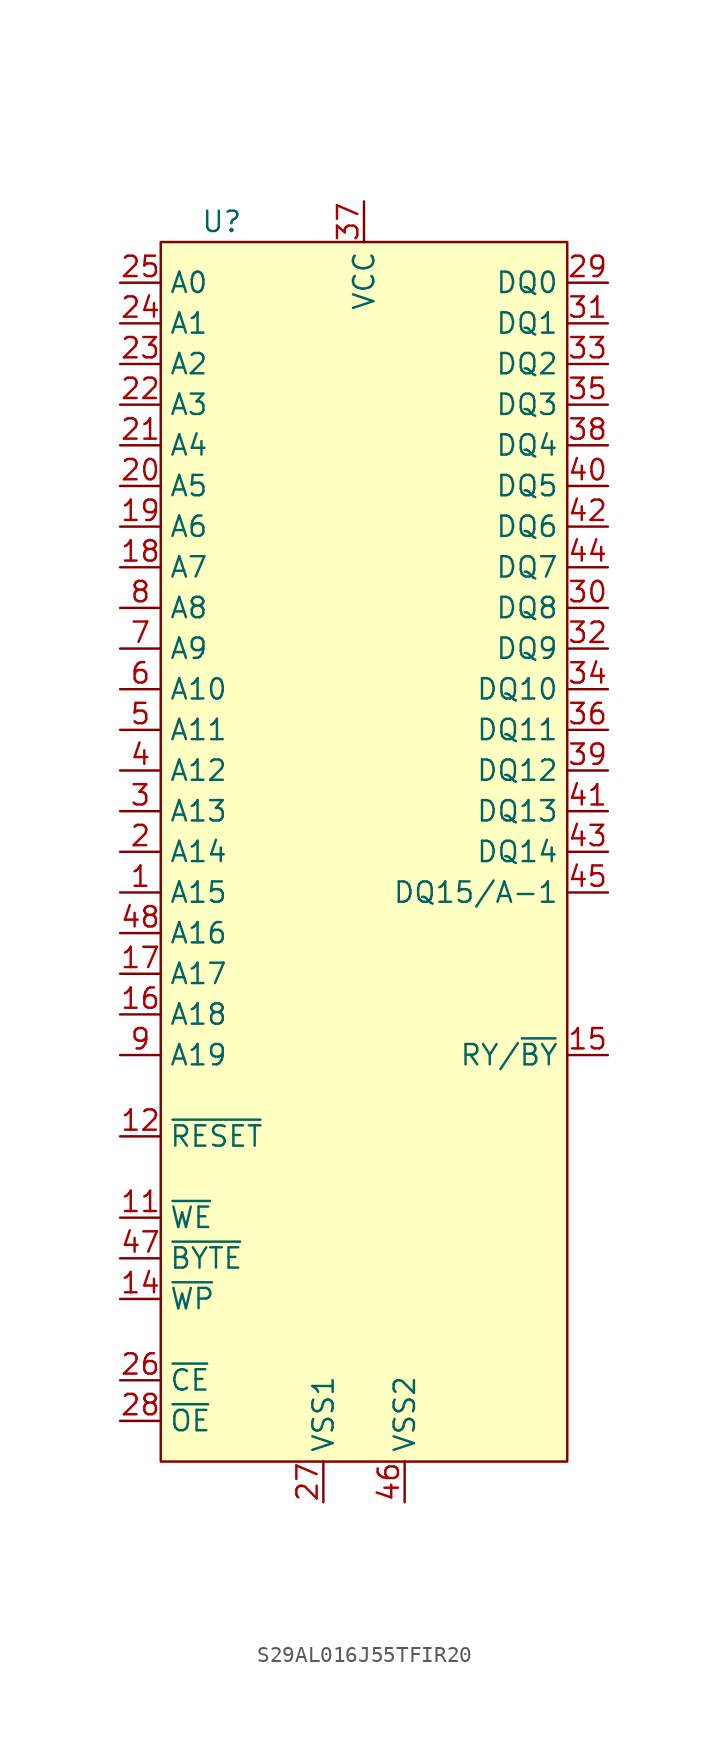
<source format=kicad_sym>
(kicad_symbol_lib
  (version 20231120)
  (generator "kicad_symbol_editor")
  (generator_version "8.0")
  (symbol "S29AL016J55TFIR20"
    (property "Reference" "U"
      (at -8.89 1.27 0)
      (effects (font (size 1.27 1.27))))
    (property "Value" ""
      (at 0 0 0)
      (effects (font (size 1.27 1.27))))
    (symbol "S29AL016J55TFIR20_1_0"
      (rectangle (start -12.7 0) (end 12.7 -76.2) (stroke (width 0) (type default)) (fill (type background))))
    (symbol "S29AL016J55TFIR20_1_1"
      (pin input line (at -15.24 -40.64 0) (length 2.54) (name "A15" (effects (font (size 1.27 1.27)))) (number "1" (effects (font (size 1.27 1.27)))))
      (pin input line (at -15.24 -60.96 0) (length 2.54) (name "~{WE}" (effects (font (size 1.27 1.27)))) (number "11" (effects (font (size 1.27 1.27)))))
      (pin input line (at -15.24 -55.88 0) (length 2.54) (name "~{RESET}" (effects (font (size 1.27 1.27)))) (number "12" (effects (font (size 1.27 1.27)))))
      (pin input line (at -15.24 -66.04 0) (length 2.54) (name "~{WP}" (effects (font (size 1.27 1.27)))) (number "14" (effects (font (size 1.27 1.27)))))
      (pin output line (at 15.24 -50.8 180) (length 2.54) (name "RY/~{BY}" (effects (font (size 1.27 1.27)))) (number "15" (effects (font (size 1.27 1.27)))))
      (pin input line (at -15.24 -48.26 0) (length 2.54) (name "A18" (effects (font (size 1.27 1.27)))) (number "16" (effects (font (size 1.27 1.27)))))
      (pin input line (at -15.24 -45.72 0) (length 2.54) (name "A17" (effects (font (size 1.27 1.27)))) (number "17" (effects (font (size 1.27 1.27)))))
      (pin input line (at -15.24 -20.32 0) (length 2.54) (name "A7" (effects (font (size 1.27 1.27)))) (number "18" (effects (font (size 1.27 1.27)))))
      (pin input line (at -15.24 -17.78 0) (length 2.54) (name "A6" (effects (font (size 1.27 1.27)))) (number "19" (effects (font (size 1.27 1.27)))))
      (pin input line (at -15.24 -38.1 0) (length 2.54) (name "A14" (effects (font (size 1.27 1.27)))) (number "2" (effects (font (size 1.27 1.27)))))
      (pin input line (at -15.24 -15.24 0) (length 2.54) (name "A5" (effects (font (size 1.27 1.27)))) (number "20" (effects (font (size 1.27 1.27)))))
      (pin input line (at -15.24 -12.7 0) (length 2.54) (name "A4" (effects (font (size 1.27 1.27)))) (number "21" (effects (font (size 1.27 1.27)))))
      (pin input line (at -15.24 -10.16 0) (length 2.54) (name "A3" (effects (font (size 1.27 1.27)))) (number "22" (effects (font (size 1.27 1.27)))))
      (pin input line (at -15.24 -7.62 0) (length 2.54) (name "A2" (effects (font (size 1.27 1.27)))) (number "23" (effects (font (size 1.27 1.27)))))
      (pin input line (at -15.24 -5.08 0) (length 2.54) (name "A1" (effects (font (size 1.27 1.27)))) (number "24" (effects (font (size 1.27 1.27)))))
      (pin input line (at -15.24 -2.54 0) (length 2.54) (name "A0" (effects (font (size 1.27 1.27)))) (number "25" (effects (font (size 1.27 1.27)))))
      (pin input line (at -15.24 -71.12 0) (length 2.54) (name "~{CE}" (effects (font (size 1.27 1.27)))) (number "26" (effects (font (size 1.27 1.27)))))
      (pin power_in line (at -2.54 -78.74 90) (length 2.54) (name "VSS1" (effects (font (size 1.27 1.27)))) (number "27" (effects (font (size 1.27 1.27)))))
      (pin input line (at -15.24 -73.66 0) (length 2.54) (name "~{OE}" (effects (font (size 1.27 1.27)))) (number "28" (effects (font (size 1.27 1.27)))))
      (pin bidirectional line (at 15.24 -2.54 180) (length 2.54) (name "DQ0" (effects (font (size 1.27 1.27)))) (number "29" (effects (font (size 1.27 1.27)))))
      (pin input line (at -15.24 -35.56 0) (length 2.54) (name "A13" (effects (font (size 1.27 1.27)))) (number "3" (effects (font (size 1.27 1.27)))))
      (pin bidirectional line (at 15.24 -22.86 180) (length 2.54) (name "DQ8" (effects (font (size 1.27 1.27)))) (number "30" (effects (font (size 1.27 1.27)))))
      (pin bidirectional line (at 15.24 -5.08 180) (length 2.54) (name "DQ1" (effects (font (size 1.27 1.27)))) (number "31" (effects (font (size 1.27 1.27)))))
      (pin bidirectional line (at 15.24 -25.4 180) (length 2.54) (name "DQ9" (effects (font (size 1.27 1.27)))) (number "32" (effects (font (size 1.27 1.27)))))
      (pin bidirectional line (at 15.24 -7.62 180) (length 2.54) (name "DQ2" (effects (font (size 1.27 1.27)))) (number "33" (effects (font (size 1.27 1.27)))))
      (pin bidirectional line (at 15.24 -27.94 180) (length 2.54) (name "DQ10" (effects (font (size 1.27 1.27)))) (number "34" (effects (font (size 1.27 1.27)))))
      (pin bidirectional line (at 15.24 -10.16 180) (length 2.54) (name "DQ3" (effects (font (size 1.27 1.27)))) (number "35" (effects (font (size 1.27 1.27)))))
      (pin bidirectional line (at 15.24 -30.48 180) (length 2.54) (name "DQ11" (effects (font (size 1.27 1.27)))) (number "36" (effects (font (size 1.27 1.27)))))
      (pin power_in line (at 0 2.54 270) (length 2.54) (name "VCC" (effects (font (size 1.27 1.27)))) (number "37" (effects (font (size 1.27 1.27)))))
      (pin bidirectional line (at 15.24 -12.7 180) (length 2.54) (name "DQ4" (effects (font (size 1.27 1.27)))) (number "38" (effects (font (size 1.27 1.27)))))
      (pin bidirectional line (at 15.24 -33.02 180) (length 2.54) (name "DQ12" (effects (font (size 1.27 1.27)))) (number "39" (effects (font (size 1.27 1.27)))))
      (pin input line (at -15.24 -33.02 0) (length 2.54) (name "A12" (effects (font (size 1.27 1.27)))) (number "4" (effects (font (size 1.27 1.27)))))
      (pin bidirectional line (at 15.24 -15.24 180) (length 2.54) (name "DQ5" (effects (font (size 1.27 1.27)))) (number "40" (effects (font (size 1.27 1.27)))))
      (pin bidirectional line (at 15.24 -35.56 180) (length 2.54) (name "DQ13" (effects (font (size 1.27 1.27)))) (number "41" (effects (font (size 1.27 1.27)))))
      (pin bidirectional line (at 15.24 -17.78 180) (length 2.54) (name "DQ6" (effects (font (size 1.27 1.27)))) (number "42" (effects (font (size 1.27 1.27)))))
      (pin bidirectional line (at 15.24 -38.1 180) (length 2.54) (name "DQ14" (effects (font (size 1.27 1.27)))) (number "43" (effects (font (size 1.27 1.27)))))
      (pin bidirectional line (at 15.24 -20.32 180) (length 2.54) (name "DQ7" (effects (font (size 1.27 1.27)))) (number "44" (effects (font (size 1.27 1.27)))))
      (pin bidirectional line (at 15.24 -40.64 180) (length 2.54) (name "DQ15/A-1" (effects (font (size 1.27 1.27)))) (number "45" (effects (font (size 1.27 1.27)))))
      (pin power_in line (at 2.54 -78.74 90) (length 2.54) (name "VSS2" (effects (font (size 1.27 1.27)))) (number "46" (effects (font (size 1.27 1.27)))))
      (pin input line (at -15.24 -63.5 0) (length 2.54) (name "~{BYTE}" (effects (font (size 1.27 1.27)))) (number "47" (effects (font (size 1.27 1.27)))))
      (pin input line (at -15.24 -43.18 0) (length 2.54) (name "A16" (effects (font (size 1.27 1.27)))) (number "48" (effects (font (size 1.27 1.27)))))
      (pin input line (at -15.24 -30.48 0) (length 2.54) (name "A11" (effects (font (size 1.27 1.27)))) (number "5" (effects (font (size 1.27 1.27)))))
      (pin input line (at -15.24 -27.94 0) (length 2.54) (name "A10" (effects (font (size 1.27 1.27)))) (number "6" (effects (font (size 1.27 1.27)))))
      (pin input line (at -15.24 -25.4 0) (length 2.54) (name "A9" (effects (font (size 1.27 1.27)))) (number "7" (effects (font (size 1.27 1.27)))))
      (pin input line (at -15.24 -22.86 0) (length 2.54) (name "A8" (effects (font (size 1.27 1.27)))) (number "8" (effects (font (size 1.27 1.27)))))
      (pin input line (at -15.24 -50.8 0) (length 2.54) (name "A19" (effects (font (size 1.27 1.27)))) (number "9" (effects (font (size 1.27 1.27))))))))
</source>
